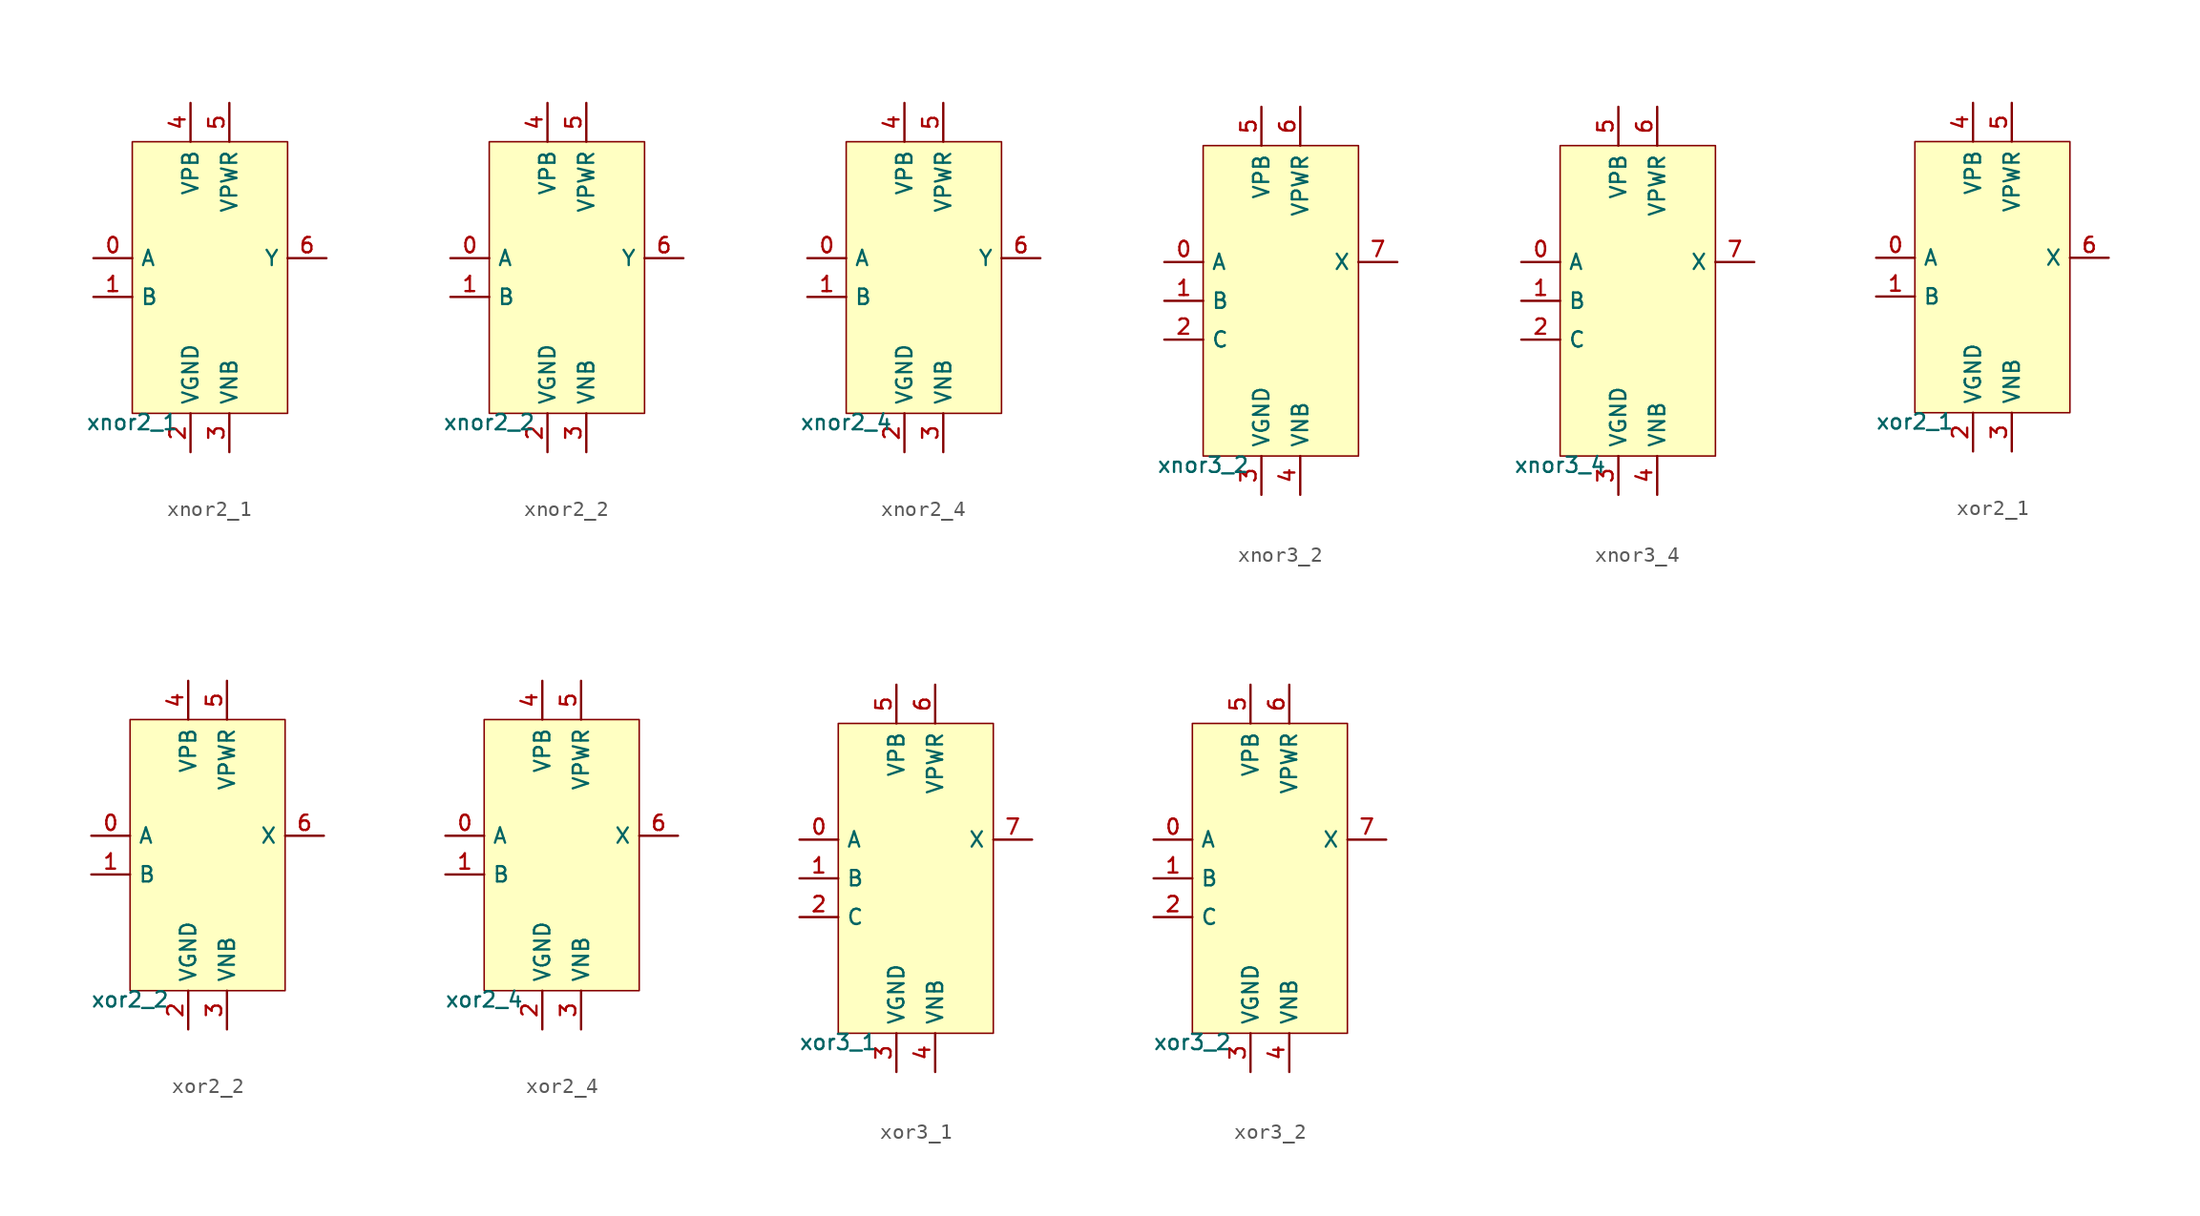
<source format=kicad_sym>
(kicad_symbol_lib
  (version 20211014)
  (generator pdk2kicad)
  (symbol "xnor2_1"
    (property "Reference" "X"
      (at 0 0 0)
      (effects (font (size 1 1)) hide))
    (property "Value" "xnor2_1"
      (at -5.08 -8.89 0)
      (effects (font (size 1 1)) (justify top)))
    (rectangle
      (start -5.08 -8.89)
      (end 5.08 8.89)
      (stroke (width 0.1) (type solid) (color 0 0 0 0))
      (fill (type background)))
    (pin input line
      (at -7.62 1.27 0)
      (length 2.54)
      (name "A" (effects (font (size 1 1)) hide))
      (number "0" (effects (font (size 1 1)) hide)))
    (pin input line
      (at -7.62 -1.27 0)
      (length 2.54)
      (name "B" (effects (font (size 1 1)) hide))
      (number "1" (effects (font (size 1 1)) hide)))
    (pin power_in line
      (at -1.27 -11.43 90)
      (length 2.54)
      (name "VGND" (effects (font (size 1 1)) hide))
      (number "2" (effects (font (size 1 1)) hide)))
    (pin power_in line
      (at 1.27 -11.43 90)
      (length 2.54)
      (name "VNB" (effects (font (size 1 1)) hide))
      (number "3" (effects (font (size 1 1)) hide)))
    (pin power_in line
      (at -1.27 11.43 270)
      (length 2.54)
      (name "VPB" (effects (font (size 1 1)) hide))
      (number "4" (effects (font (size 1 1)) hide)))
    (pin power_in line
      (at 1.27 11.43 270)
      (length 2.54)
      (name "VPWR" (effects (font (size 1 1)) hide))
      (number "5" (effects (font (size 1 1)) hide)))
    (pin output line
      (at 7.62 1.27 180)
      (length 2.54)
      (name "Y" (effects (font (size 1 1)) hide))
      (number "6" (effects (font (size 1 1)) hide))))
  (symbol "xnor2_2"
    (property "Reference" "X"
      (at 0 0 0)
      (effects (font (size 1 1)) hide))
    (property "Value" "xnor2_2"
      (at -5.08 -8.89 0)
      (effects (font (size 1 1)) (justify top)))
    (rectangle
      (start -5.08 -8.89)
      (end 5.08 8.89)
      (stroke (width 0.1) (type solid) (color 0 0 0 0))
      (fill (type background)))
    (pin input line
      (at -7.62 1.27 0)
      (length 2.54)
      (name "A" (effects (font (size 1 1)) hide))
      (number "0" (effects (font (size 1 1)) hide)))
    (pin input line
      (at -7.62 -1.27 0)
      (length 2.54)
      (name "B" (effects (font (size 1 1)) hide))
      (number "1" (effects (font (size 1 1)) hide)))
    (pin power_in line
      (at -1.27 -11.43 90)
      (length 2.54)
      (name "VGND" (effects (font (size 1 1)) hide))
      (number "2" (effects (font (size 1 1)) hide)))
    (pin power_in line
      (at 1.27 -11.43 90)
      (length 2.54)
      (name "VNB" (effects (font (size 1 1)) hide))
      (number "3" (effects (font (size 1 1)) hide)))
    (pin power_in line
      (at -1.27 11.43 270)
      (length 2.54)
      (name "VPB" (effects (font (size 1 1)) hide))
      (number "4" (effects (font (size 1 1)) hide)))
    (pin power_in line
      (at 1.27 11.43 270)
      (length 2.54)
      (name "VPWR" (effects (font (size 1 1)) hide))
      (number "5" (effects (font (size 1 1)) hide)))
    (pin output line
      (at 7.62 1.27 180)
      (length 2.54)
      (name "Y" (effects (font (size 1 1)) hide))
      (number "6" (effects (font (size 1 1)) hide))))
  (symbol "xnor2_4"
    (property "Reference" "X"
      (at 0 0 0)
      (effects (font (size 1 1)) hide))
    (property "Value" "xnor2_4"
      (at -5.08 -8.89 0)
      (effects (font (size 1 1)) (justify top)))
    (rectangle
      (start -5.08 -8.89)
      (end 5.08 8.89)
      (stroke (width 0.1) (type solid) (color 0 0 0 0))
      (fill (type background)))
    (pin input line
      (at -7.62 1.27 0)
      (length 2.54)
      (name "A" (effects (font (size 1 1)) hide))
      (number "0" (effects (font (size 1 1)) hide)))
    (pin input line
      (at -7.62 -1.27 0)
      (length 2.54)
      (name "B" (effects (font (size 1 1)) hide))
      (number "1" (effects (font (size 1 1)) hide)))
    (pin power_in line
      (at -1.27 -11.43 90)
      (length 2.54)
      (name "VGND" (effects (font (size 1 1)) hide))
      (number "2" (effects (font (size 1 1)) hide)))
    (pin power_in line
      (at 1.27 -11.43 90)
      (length 2.54)
      (name "VNB" (effects (font (size 1 1)) hide))
      (number "3" (effects (font (size 1 1)) hide)))
    (pin power_in line
      (at -1.27 11.43 270)
      (length 2.54)
      (name "VPB" (effects (font (size 1 1)) hide))
      (number "4" (effects (font (size 1 1)) hide)))
    (pin power_in line
      (at 1.27 11.43 270)
      (length 2.54)
      (name "VPWR" (effects (font (size 1 1)) hide))
      (number "5" (effects (font (size 1 1)) hide)))
    (pin output line
      (at 7.62 1.27 180)
      (length 2.54)
      (name "Y" (effects (font (size 1 1)) hide))
      (number "6" (effects (font (size 1 1)) hide))))
  (symbol "xnor3_2"
    (property "Reference" "X"
      (at 0 0 0)
      (effects (font (size 1 1)) hide))
    (property "Value" "xnor3_2"
      (at -5.08 -10.16 0)
      (effects (font (size 1 1)) (justify top)))
    (rectangle
      (start -5.08 -10.16)
      (end 5.08 10.16)
      (stroke (width 0.1) (type solid) (color 0 0 0 0))
      (fill (type background)))
    (pin input line
      (at -7.62 2.54 0)
      (length 2.54)
      (name "A" (effects (font (size 1 1)) hide))
      (number "0" (effects (font (size 1 1)) hide)))
    (pin input line
      (at -7.62 0.0 0)
      (length 2.54)
      (name "B" (effects (font (size 1 1)) hide))
      (number "1" (effects (font (size 1 1)) hide)))
    (pin input line
      (at -7.62 -2.54 0)
      (length 2.54)
      (name "C" (effects (font (size 1 1)) hide))
      (number "2" (effects (font (size 1 1)) hide)))
    (pin power_in line
      (at -1.27 -12.7 90)
      (length 2.54)
      (name "VGND" (effects (font (size 1 1)) hide))
      (number "3" (effects (font (size 1 1)) hide)))
    (pin power_in line
      (at 1.27 -12.7 90)
      (length 2.54)
      (name "VNB" (effects (font (size 1 1)) hide))
      (number "4" (effects (font (size 1 1)) hide)))
    (pin power_in line
      (at -1.27 12.7 270)
      (length 2.54)
      (name "VPB" (effects (font (size 1 1)) hide))
      (number "5" (effects (font (size 1 1)) hide)))
    (pin power_in line
      (at 1.27 12.7 270)
      (length 2.54)
      (name "VPWR" (effects (font (size 1 1)) hide))
      (number "6" (effects (font (size 1 1)) hide)))
    (pin output line
      (at 7.62 2.54 180)
      (length 2.54)
      (name "X" (effects (font (size 1 1)) hide))
      (number "7" (effects (font (size 1 1)) hide))))
  (symbol "xnor3_4"
    (property "Reference" "X"
      (at 0 0 0)
      (effects (font (size 1 1)) hide))
    (property "Value" "xnor3_4"
      (at -5.08 -10.16 0)
      (effects (font (size 1 1)) (justify top)))
    (rectangle
      (start -5.08 -10.16)
      (end 5.08 10.16)
      (stroke (width 0.1) (type solid) (color 0 0 0 0))
      (fill (type background)))
    (pin input line
      (at -7.62 2.54 0)
      (length 2.54)
      (name "A" (effects (font (size 1 1)) hide))
      (number "0" (effects (font (size 1 1)) hide)))
    (pin input line
      (at -7.62 0.0 0)
      (length 2.54)
      (name "B" (effects (font (size 1 1)) hide))
      (number "1" (effects (font (size 1 1)) hide)))
    (pin input line
      (at -7.62 -2.54 0)
      (length 2.54)
      (name "C" (effects (font (size 1 1)) hide))
      (number "2" (effects (font (size 1 1)) hide)))
    (pin power_in line
      (at -1.27 -12.7 90)
      (length 2.54)
      (name "VGND" (effects (font (size 1 1)) hide))
      (number "3" (effects (font (size 1 1)) hide)))
    (pin power_in line
      (at 1.27 -12.7 90)
      (length 2.54)
      (name "VNB" (effects (font (size 1 1)) hide))
      (number "4" (effects (font (size 1 1)) hide)))
    (pin power_in line
      (at -1.27 12.7 270)
      (length 2.54)
      (name "VPB" (effects (font (size 1 1)) hide))
      (number "5" (effects (font (size 1 1)) hide)))
    (pin power_in line
      (at 1.27 12.7 270)
      (length 2.54)
      (name "VPWR" (effects (font (size 1 1)) hide))
      (number "6" (effects (font (size 1 1)) hide)))
    (pin output line
      (at 7.62 2.54 180)
      (length 2.54)
      (name "X" (effects (font (size 1 1)) hide))
      (number "7" (effects (font (size 1 1)) hide))))
  (symbol "xor2_1"
    (property "Reference" "X"
      (at 0 0 0)
      (effects (font (size 1 1)) hide))
    (property "Value" "xor2_1"
      (at -5.08 -8.89 0)
      (effects (font (size 1 1)) (justify top)))
    (rectangle
      (start -5.08 -8.89)
      (end 5.08 8.89)
      (stroke (width 0.1) (type solid) (color 0 0 0 0))
      (fill (type background)))
    (pin input line
      (at -7.62 1.27 0)
      (length 2.54)
      (name "A" (effects (font (size 1 1)) hide))
      (number "0" (effects (font (size 1 1)) hide)))
    (pin input line
      (at -7.62 -1.27 0)
      (length 2.54)
      (name "B" (effects (font (size 1 1)) hide))
      (number "1" (effects (font (size 1 1)) hide)))
    (pin power_in line
      (at -1.27 -11.43 90)
      (length 2.54)
      (name "VGND" (effects (font (size 1 1)) hide))
      (number "2" (effects (font (size 1 1)) hide)))
    (pin power_in line
      (at 1.27 -11.43 90)
      (length 2.54)
      (name "VNB" (effects (font (size 1 1)) hide))
      (number "3" (effects (font (size 1 1)) hide)))
    (pin power_in line
      (at -1.27 11.43 270)
      (length 2.54)
      (name "VPB" (effects (font (size 1 1)) hide))
      (number "4" (effects (font (size 1 1)) hide)))
    (pin power_in line
      (at 1.27 11.43 270)
      (length 2.54)
      (name "VPWR" (effects (font (size 1 1)) hide))
      (number "5" (effects (font (size 1 1)) hide)))
    (pin output line
      (at 7.62 1.27 180)
      (length 2.54)
      (name "X" (effects (font (size 1 1)) hide))
      (number "6" (effects (font (size 1 1)) hide))))
  (symbol "xor2_2"
    (property "Reference" "X"
      (at 0 0 0)
      (effects (font (size 1 1)) hide))
    (property "Value" "xor2_2"
      (at -5.08 -8.89 0)
      (effects (font (size 1 1)) (justify top)))
    (rectangle
      (start -5.08 -8.89)
      (end 5.08 8.89)
      (stroke (width 0.1) (type solid) (color 0 0 0 0))
      (fill (type background)))
    (pin input line
      (at -7.62 1.27 0)
      (length 2.54)
      (name "A" (effects (font (size 1 1)) hide))
      (number "0" (effects (font (size 1 1)) hide)))
    (pin input line
      (at -7.62 -1.27 0)
      (length 2.54)
      (name "B" (effects (font (size 1 1)) hide))
      (number "1" (effects (font (size 1 1)) hide)))
    (pin power_in line
      (at -1.27 -11.43 90)
      (length 2.54)
      (name "VGND" (effects (font (size 1 1)) hide))
      (number "2" (effects (font (size 1 1)) hide)))
    (pin power_in line
      (at 1.27 -11.43 90)
      (length 2.54)
      (name "VNB" (effects (font (size 1 1)) hide))
      (number "3" (effects (font (size 1 1)) hide)))
    (pin power_in line
      (at -1.27 11.43 270)
      (length 2.54)
      (name "VPB" (effects (font (size 1 1)) hide))
      (number "4" (effects (font (size 1 1)) hide)))
    (pin power_in line
      (at 1.27 11.43 270)
      (length 2.54)
      (name "VPWR" (effects (font (size 1 1)) hide))
      (number "5" (effects (font (size 1 1)) hide)))
    (pin output line
      (at 7.62 1.27 180)
      (length 2.54)
      (name "X" (effects (font (size 1 1)) hide))
      (number "6" (effects (font (size 1 1)) hide))))
  (symbol "xor2_4"
    (property "Reference" "X"
      (at 0 0 0)
      (effects (font (size 1 1)) hide))
    (property "Value" "xor2_4"
      (at -5.08 -8.89 0)
      (effects (font (size 1 1)) (justify top)))
    (rectangle
      (start -5.08 -8.89)
      (end 5.08 8.89)
      (stroke (width 0.1) (type solid) (color 0 0 0 0))
      (fill (type background)))
    (pin input line
      (at -7.62 1.27 0)
      (length 2.54)
      (name "A" (effects (font (size 1 1)) hide))
      (number "0" (effects (font (size 1 1)) hide)))
    (pin input line
      (at -7.62 -1.27 0)
      (length 2.54)
      (name "B" (effects (font (size 1 1)) hide))
      (number "1" (effects (font (size 1 1)) hide)))
    (pin power_in line
      (at -1.27 -11.43 90)
      (length 2.54)
      (name "VGND" (effects (font (size 1 1)) hide))
      (number "2" (effects (font (size 1 1)) hide)))
    (pin power_in line
      (at 1.27 -11.43 90)
      (length 2.54)
      (name "VNB" (effects (font (size 1 1)) hide))
      (number "3" (effects (font (size 1 1)) hide)))
    (pin power_in line
      (at -1.27 11.43 270)
      (length 2.54)
      (name "VPB" (effects (font (size 1 1)) hide))
      (number "4" (effects (font (size 1 1)) hide)))
    (pin power_in line
      (at 1.27 11.43 270)
      (length 2.54)
      (name "VPWR" (effects (font (size 1 1)) hide))
      (number "5" (effects (font (size 1 1)) hide)))
    (pin output line
      (at 7.62 1.27 180)
      (length 2.54)
      (name "X" (effects (font (size 1 1)) hide))
      (number "6" (effects (font (size 1 1)) hide))))
  (symbol "xor3_1"
    (property "Reference" "X"
      (at 0 0 0)
      (effects (font (size 1 1)) hide))
    (property "Value" "xor3_1"
      (at -5.08 -10.16 0)
      (effects (font (size 1 1)) (justify top)))
    (rectangle
      (start -5.08 -10.16)
      (end 5.08 10.16)
      (stroke (width 0.1) (type solid) (color 0 0 0 0))
      (fill (type background)))
    (pin input line
      (at -7.62 2.54 0)
      (length 2.54)
      (name "A" (effects (font (size 1 1)) hide))
      (number "0" (effects (font (size 1 1)) hide)))
    (pin input line
      (at -7.62 0.0 0)
      (length 2.54)
      (name "B" (effects (font (size 1 1)) hide))
      (number "1" (effects (font (size 1 1)) hide)))
    (pin input line
      (at -7.62 -2.54 0)
      (length 2.54)
      (name "C" (effects (font (size 1 1)) hide))
      (number "2" (effects (font (size 1 1)) hide)))
    (pin power_in line
      (at -1.27 -12.7 90)
      (length 2.54)
      (name "VGND" (effects (font (size 1 1)) hide))
      (number "3" (effects (font (size 1 1)) hide)))
    (pin power_in line
      (at 1.27 -12.7 90)
      (length 2.54)
      (name "VNB" (effects (font (size 1 1)) hide))
      (number "4" (effects (font (size 1 1)) hide)))
    (pin power_in line
      (at -1.27 12.7 270)
      (length 2.54)
      (name "VPB" (effects (font (size 1 1)) hide))
      (number "5" (effects (font (size 1 1)) hide)))
    (pin power_in line
      (at 1.27 12.7 270)
      (length 2.54)
      (name "VPWR" (effects (font (size 1 1)) hide))
      (number "6" (effects (font (size 1 1)) hide)))
    (pin output line
      (at 7.62 2.54 180)
      (length 2.54)
      (name "X" (effects (font (size 1 1)) hide))
      (number "7" (effects (font (size 1 1)) hide))))
  (symbol "xor3_2"
    (property "Reference" "X"
      (at 0 0 0)
      (effects (font (size 1 1)) hide))
    (property "Value" "xor3_2"
      (at -5.08 -10.16 0)
      (effects (font (size 1 1)) (justify top)))
    (rectangle
      (start -5.08 -10.16)
      (end 5.08 10.16)
      (stroke (width 0.1) (type solid) (color 0 0 0 0))
      (fill (type background)))
    (pin input line
      (at -7.62 2.54 0)
      (length 2.54)
      (name "A" (effects (font (size 1 1)) hide))
      (number "0" (effects (font (size 1 1)) hide)))
    (pin input line
      (at -7.62 0.0 0)
      (length 2.54)
      (name "B" (effects (font (size 1 1)) hide))
      (number "1" (effects (font (size 1 1)) hide)))
    (pin input line
      (at -7.62 -2.54 0)
      (length 2.54)
      (name "C" (effects (font (size 1 1)) hide))
      (number "2" (effects (font (size 1 1)) hide)))
    (pin power_in line
      (at -1.27 -12.7 90)
      (length 2.54)
      (name "VGND" (effects (font (size 1 1)) hide))
      (number "3" (effects (font (size 1 1)) hide)))
    (pin power_in line
      (at 1.27 -12.7 90)
      (length 2.54)
      (name "VNB" (effects (font (size 1 1)) hide))
      (number "4" (effects (font (size 1 1)) hide)))
    (pin power_in line
      (at -1.27 12.7 270)
      (length 2.54)
      (name "VPB" (effects (font (size 1 1)) hide))
      (number "5" (effects (font (size 1 1)) hide)))
    (pin power_in line
      (at 1.27 12.7 270)
      (length 2.54)
      (name "VPWR" (effects (font (size 1 1)) hide))
      (number "6" (effects (font (size 1 1)) hide)))
    (pin output line
      (at 7.62 2.54 180)
      (length 2.54)
      (name "X" (effects (font (size 1 1)) hide))
      (number "7" (effects (font (size 1 1)) hide)))))
</source>
